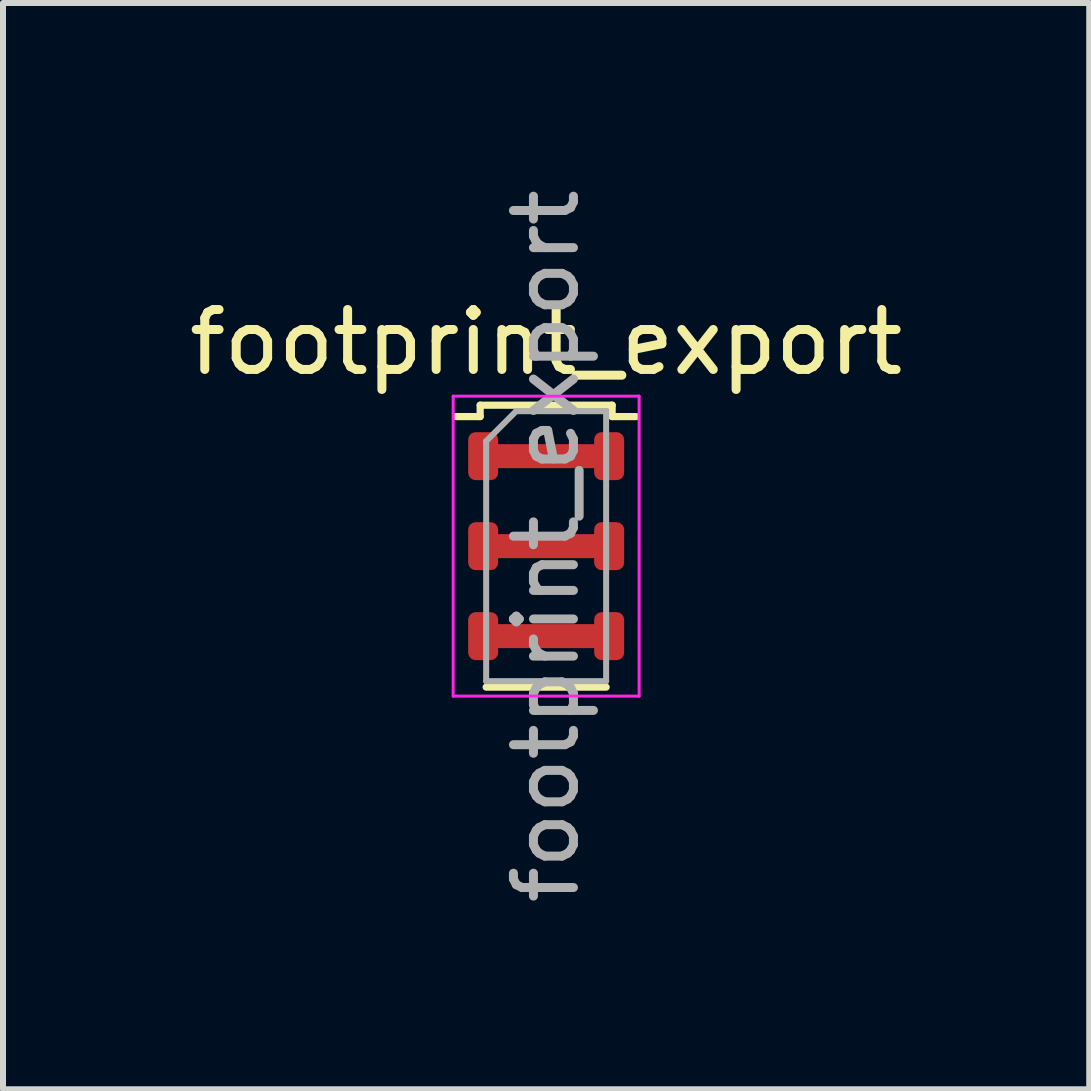
<source format=kicad_pcb>
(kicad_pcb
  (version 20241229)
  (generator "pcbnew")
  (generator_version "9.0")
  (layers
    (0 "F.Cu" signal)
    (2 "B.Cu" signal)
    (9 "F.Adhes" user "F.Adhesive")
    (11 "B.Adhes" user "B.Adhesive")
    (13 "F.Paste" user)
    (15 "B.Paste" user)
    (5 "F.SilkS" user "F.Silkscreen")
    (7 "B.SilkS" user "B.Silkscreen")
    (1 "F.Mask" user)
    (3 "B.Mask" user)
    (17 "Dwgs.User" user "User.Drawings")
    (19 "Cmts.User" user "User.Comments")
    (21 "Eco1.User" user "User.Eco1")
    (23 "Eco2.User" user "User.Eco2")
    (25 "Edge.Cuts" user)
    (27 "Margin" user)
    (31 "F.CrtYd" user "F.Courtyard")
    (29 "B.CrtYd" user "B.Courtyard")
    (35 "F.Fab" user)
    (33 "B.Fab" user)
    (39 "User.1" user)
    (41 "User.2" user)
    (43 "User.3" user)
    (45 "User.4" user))
  (footprint "footprint_export"
    (layer "F.Cu")
    (at 6.054 6.054)
    (property "Reference" "footprint_export" (at 0 -3.4 0) (layer "F.SilkS") (effects (font (size 1 1) (thickness 0.15))))
    (attr smd)
    (fp_line (start -1.1 -2.35) (end -1.1 -2.16) (stroke (width 0.12) (type default)) (layer "F.SilkS"))
    (fp_line (start -1.1 -2.16) (end -1.5 -2.16) (stroke (width 0.12) (type default)) (layer "F.SilkS"))
    (fp_line (start 1 2.35) (end -1 2.35) (stroke (width 0.12) (type solid)) (layer "F.SilkS"))
    (fp_line (start 1.1 -2.35) (end -1.1 -2.35) (stroke (width 0.12) (type solid)) (layer "F.SilkS"))
    (fp_line (start 1.1 -2.35) (end 1.1 -2.16) (stroke (width 0.12) (type default)) (layer "F.SilkS"))
    (fp_line (start 1.1 -2.16) (end 1.5 -2.16) (stroke (width 0.12) (type default)) (layer "F.SilkS"))
    (fp_line (start -1.55 -2.5) (end 1.55 -2.5) (stroke (width 0.05) (type solid)) (layer "F.CrtYd"))
    (fp_line (start -1.55 2.5) (end -1.55 -2.5) (stroke (width 0.05) (type solid)) (layer "F.CrtYd"))
    (fp_line (start 1.55 -2.5) (end 1.55 2.5) (stroke (width 0.05) (type solid)) (layer "F.CrtYd"))
    (fp_line (start 1.55 2.5) (end -1.55 2.5) (stroke (width 0.05) (type solid)) (layer "F.CrtYd"))
    (fp_line (start -1 -1.75) (end -0.5 -2.25) (stroke (width 0.1) (type default)) (layer "F.Fab"))
    (fp_line (start -1 2.25) (end -1 -1.75) (stroke (width 0.1) (type solid)) (layer "F.Fab"))
    (fp_line (start -0.5 -2.25) (end 1 -2.25) (stroke (width 0.1) (type solid)) (layer "F.Fab"))
    (fp_line (start 1 -2.25) (end 1 2.25) (stroke (width 0.1) (type solid)) (layer "F.Fab"))
    (fp_line (start 1 2.25) (end -1 2.25) (stroke (width 0.1) (type solid)) (layer "F.Fab"))
    (fp_text user "${REFERENCE}" (at 0 0 270) (layer "F.Fab") (effects (font (size 1 1) (thickness 0.15))))
    (pad "1" smd roundrect (at -1.05 -1.5) (size 0.5 0.8) (layers "F.Cu" "F.Mask" "F.Paste") (roundrect_rratio 0.25))
    (pad "1" smd rect (at 0 -1.5 270) (size 0.4 1.7) (layers "F.Cu" "F.Mask" "F.Paste"))
    (pad "1" smd roundrect (at 1.05 -1.5) (size 0.5 0.8) (layers "F.Cu" "F.Mask" "F.Paste") (roundrect_rratio 0.25))
    (pad "2" smd roundrect (at -1.05 0) (size 0.5 0.8) (layers "F.Cu" "F.Mask" "F.Paste") (roundrect_rratio 0.25))
    (pad "2" smd rect (at 0 0 270) (size 0.4 1.7) (layers "F.Cu" "F.Mask" "F.Paste"))
    (pad "2" smd roundrect (at 1.05 0) (size 0.5 0.8) (layers "F.Cu" "F.Mask" "F.Paste") (roundrect_rratio 0.25))
    (pad "3" smd roundrect (at -1.05 1.5) (size 0.5 0.8) (layers "F.Cu" "F.Mask" "F.Paste") (roundrect_rratio 0.25))
    (pad "3" smd rect (at 0 1.5 270) (size 0.4 1.7) (layers "F.Cu" "F.Mask" "F.Paste"))
    (pad "3" smd roundrect (at 1.05 1.5) (size 0.5 0.8) (layers "F.Cu" "F.Mask" "F.Paste") (roundrect_rratio 0.25)))
  (gr_rect
    (start -3 -3)
    (end 15.107 15.107)
    (stroke (width 0.1) (type default))
    (fill no)
    (layer "Edge.Cuts")))
</source>
